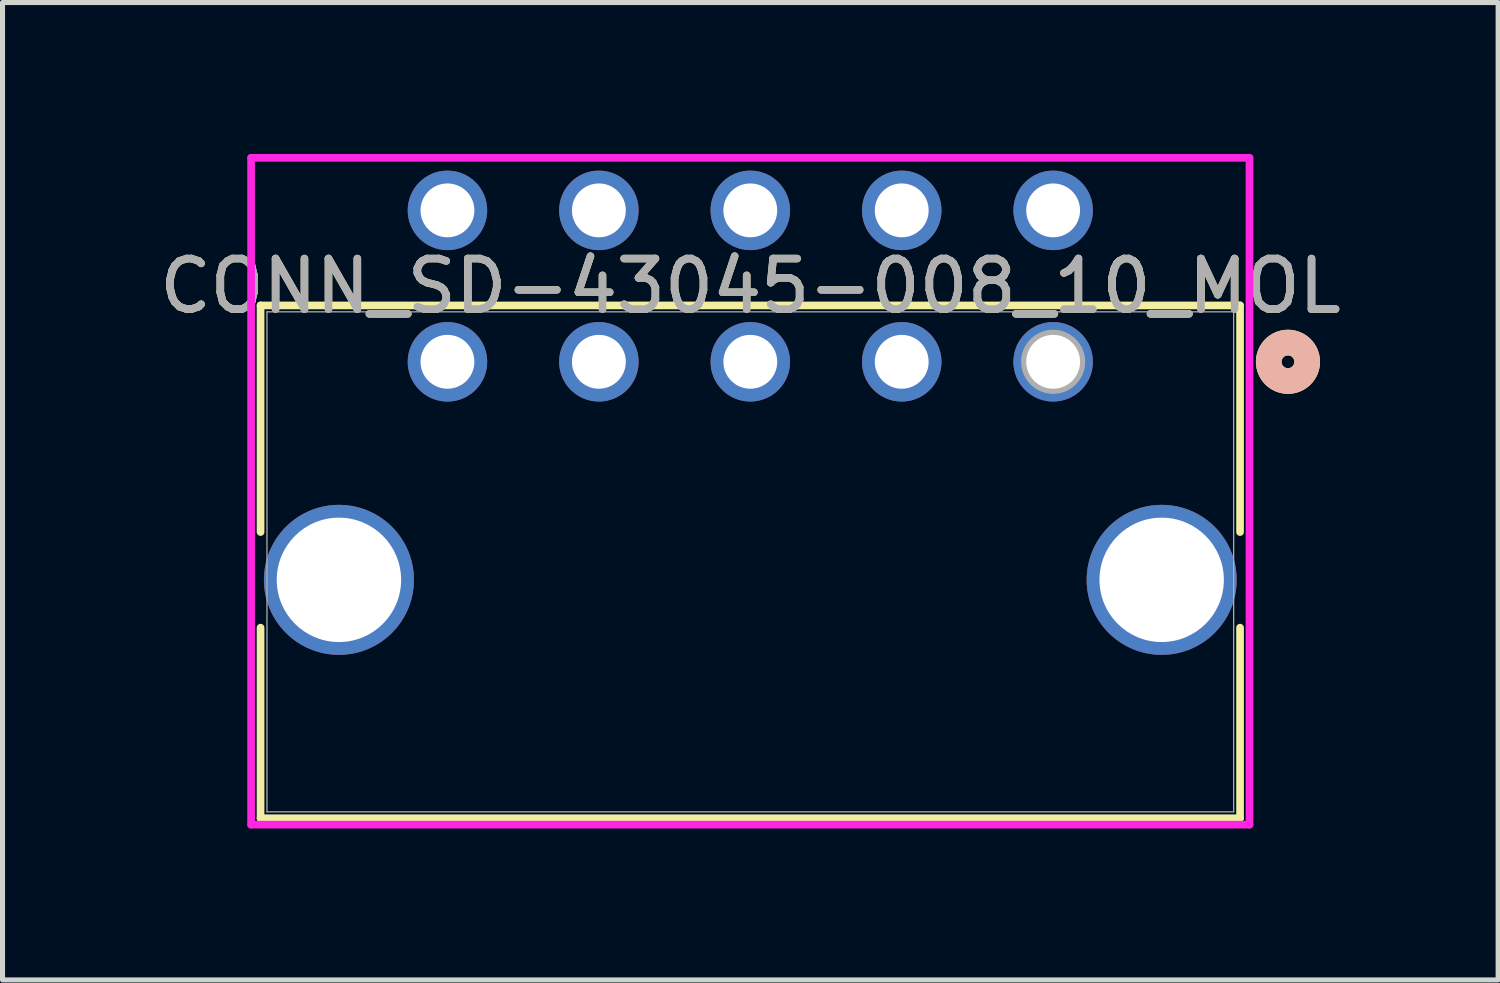
<source format=kicad_pcb>
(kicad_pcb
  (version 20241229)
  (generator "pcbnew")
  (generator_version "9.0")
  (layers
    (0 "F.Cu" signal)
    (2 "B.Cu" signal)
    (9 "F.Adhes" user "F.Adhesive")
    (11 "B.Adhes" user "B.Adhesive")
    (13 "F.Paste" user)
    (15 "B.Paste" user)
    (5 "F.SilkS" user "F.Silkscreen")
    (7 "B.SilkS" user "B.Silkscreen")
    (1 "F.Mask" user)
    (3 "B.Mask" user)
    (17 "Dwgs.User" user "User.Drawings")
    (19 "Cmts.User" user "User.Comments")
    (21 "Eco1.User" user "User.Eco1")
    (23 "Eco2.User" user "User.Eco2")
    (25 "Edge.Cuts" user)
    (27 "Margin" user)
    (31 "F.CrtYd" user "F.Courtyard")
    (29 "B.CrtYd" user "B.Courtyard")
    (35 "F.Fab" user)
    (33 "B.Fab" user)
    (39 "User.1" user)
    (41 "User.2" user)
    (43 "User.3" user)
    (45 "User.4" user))
  (footprint "CONN_SD-43045-008_10_MOL"
    (layer "F.Cu")
    (at 17.815 4.118)
    (property "Reference" "CONN_SD-43045-008_10_MOL" (at -6 -1.5 0) (unlocked yes) (layer "F.SilkS") (effects (font (size 1 1) (thickness 0.15))))
    (attr through_hole)
    (fp_line (start -15.703 -1.117) (end -15.703 3.373) (stroke (width 0.152) (type solid)) (layer "F.SilkS"))
    (fp_line (start -15.703 5.267) (end -15.703 9.043) (stroke (width 0.152) (type solid)) (layer "F.SilkS"))
    (fp_line (start -15.703 9.043) (end 3.703 9.043) (stroke (width 0.152) (type solid)) (layer "F.SilkS"))
    (fp_line (start 3.703 -1.117) (end -15.703 -1.117) (stroke (width 0.152) (type solid)) (layer "F.SilkS"))
    (fp_line (start 3.703 3.373) (end 3.703 -1.117) (stroke (width 0.152) (type solid)) (layer "F.SilkS"))
    (fp_line (start 3.703 9.043) (end 3.703 5.267) (stroke (width 0.152) (type solid)) (layer "F.SilkS"))
    (fp_circle (center 4.652 0) (end 5.033 0) (stroke (width 0.508) (type solid)) (fill no) (layer "F.SilkS"))
    (fp_circle (center 4.652 0) (end 5.033 0) (stroke (width 0.508) (type solid)) (fill no) (layer "B.SilkS"))
    (fp_line (start -15.89 -4.041) (end -15.89 9.17) (stroke (width 0.152) (type solid)) (layer "F.CrtYd"))
    (fp_line (start -15.89 9.17) (end 3.89 9.17) (stroke (width 0.152) (type solid)) (layer "F.CrtYd"))
    (fp_line (start 3.89 -4.041) (end -15.89 -4.041) (stroke (width 0.152) (type solid)) (layer "F.CrtYd"))
    (fp_line (start 3.89 9.17) (end 3.89 -4.041) (stroke (width 0.152) (type solid)) (layer "F.CrtYd"))
    (fp_line (start -15.576 -0.99) (end -15.576 8.916) (stroke (width 0.025) (type solid)) (layer "F.Fab"))
    (fp_line (start -15.576 8.916) (end 3.576 8.916) (stroke (width 0.025) (type solid)) (layer "F.Fab"))
    (fp_line (start 3.576 -0.99) (end -15.576 -0.99) (stroke (width 0.025) (type solid)) (layer "F.Fab"))
    (fp_line (start 3.576 8.916) (end 3.576 -0.99) (stroke (width 0.025) (type solid)) (layer "F.Fab"))
    (fp_circle (center 0 0) (end 0.381 0) (stroke (width 0.508) (type solid)) (fill no) (layer "F.Fab"))
    (fp_text user "${REFERENCE}" (at -6 -1.5 0) (unlocked yes) (layer "F.Fab") (effects (font (size 1 1) (thickness 0.15))))
    (pad "1" thru_hole circle (at 0 0) (size 1.575 1.575) (drill 1.067) (layers "*.Cu" "*.Mask"))
    (pad "2" thru_hole circle (at -3 0) (size 1.575 1.575) (drill 1.067) (layers "*.Cu" "*.Mask"))
    (pad "3" thru_hole circle (at -6 0) (size 1.575 1.575) (drill 1.067) (layers "*.Cu" "*.Mask"))
    (pad "4" thru_hole circle (at -9 0) (size 1.575 1.575) (drill 1.067) (layers "*.Cu" "*.Mask"))
    (pad "5" thru_hole circle (at -12 0) (size 1.575 1.575) (drill 1.067) (layers "*.Cu" "*.Mask"))
    (pad "6" thru_hole circle (at 0 -3) (size 1.575 1.575) (drill 1.067) (layers "*.Cu" "*.Mask"))
    (pad "7" thru_hole circle (at -3 -3) (size 1.575 1.575) (drill 1.067) (layers "*.Cu" "*.Mask"))
    (pad "8" thru_hole circle (at -6 -3) (size 1.575 1.575) (drill 1.067) (layers "*.Cu" "*.Mask"))
    (pad "9" thru_hole circle (at -9 -3) (size 1.575 1.575) (drill 1.067) (layers "*.Cu" "*.Mask"))
    (pad "10" thru_hole circle (at -12 -3) (size 1.575 1.575) (drill 1.067) (layers "*.Cu" "*.Mask"))
    (pad "11" thru_hole circle (at -14.15 4.32) (size 2.972 2.972) (drill 2.464) (layers "*.Cu" "*.Mask"))
    (pad "12" thru_hole circle (at 2.15 4.32) (size 2.972 2.972) (drill 2.464) (layers "*.Cu" "*.Mask")))
  (gr_rect
    (start -3 -3)
    (end 26.631 16.364)
    (stroke (width 0.1) (type default))
    (fill no)
    (layer "Edge.Cuts")))
</source>
